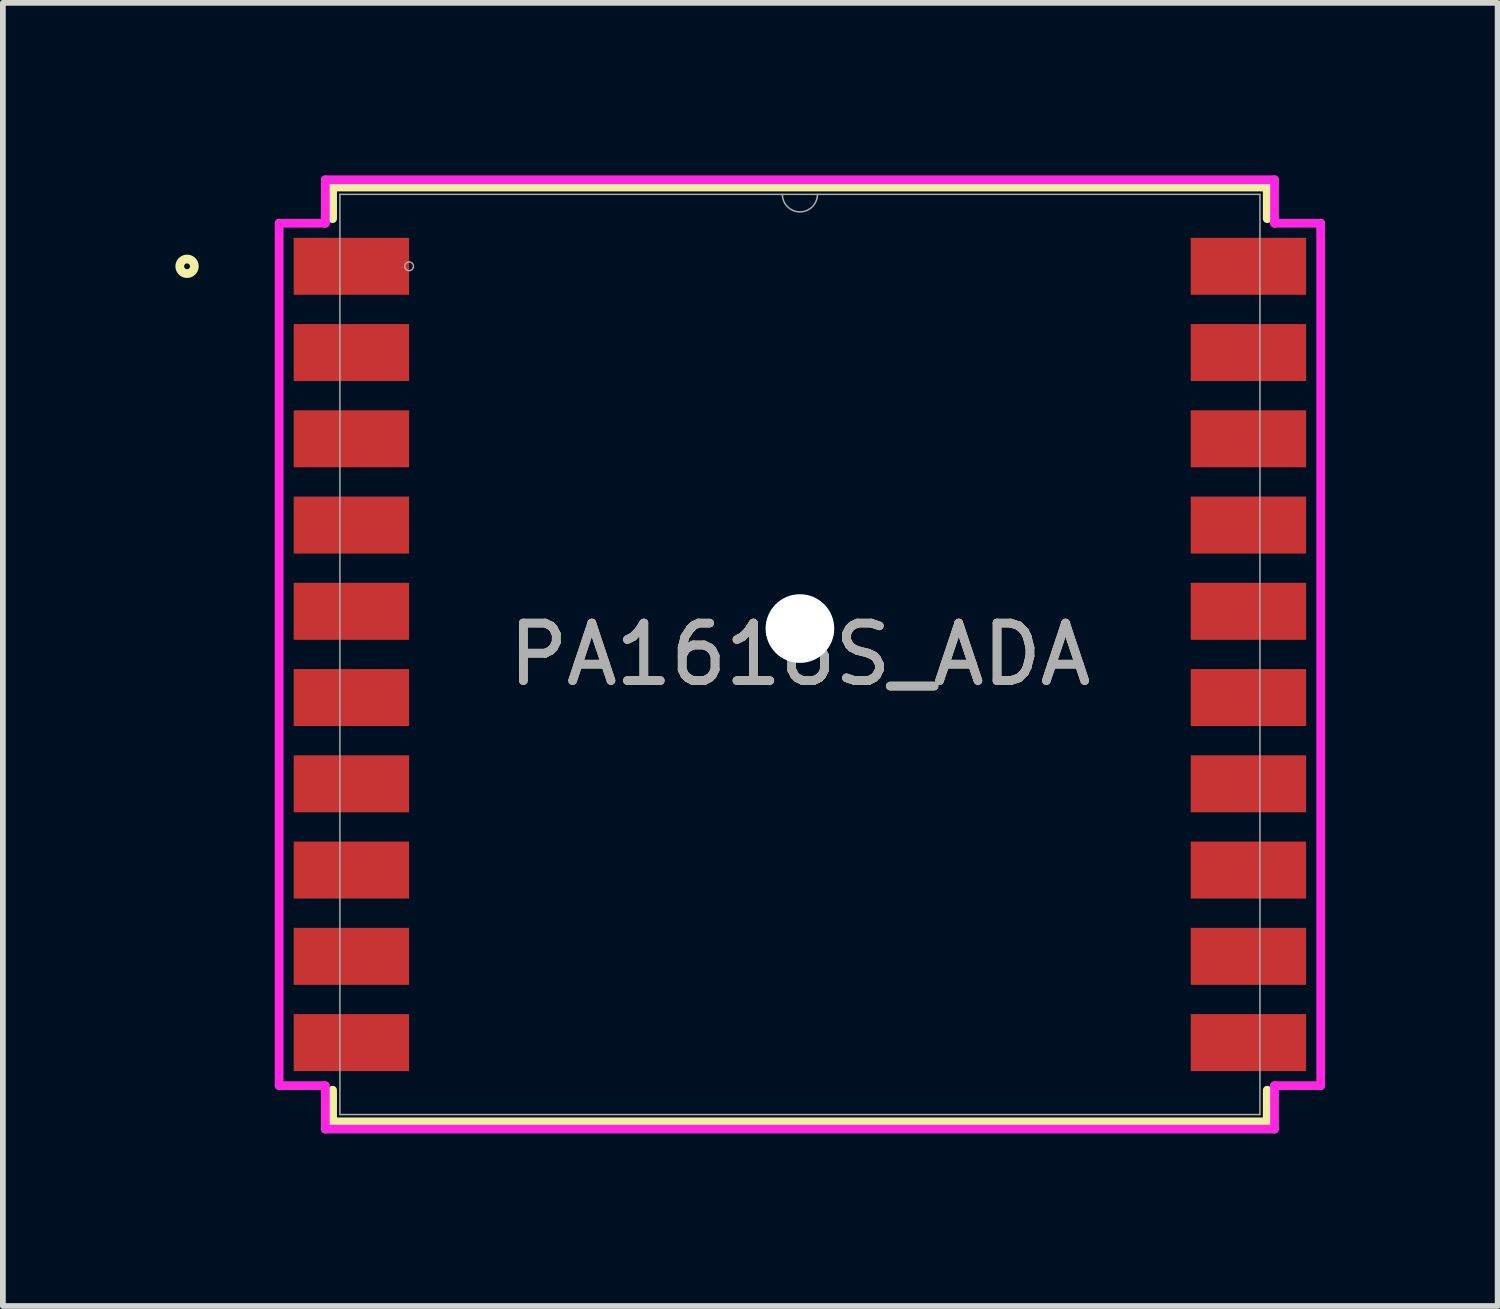
<source format=kicad_pcb>
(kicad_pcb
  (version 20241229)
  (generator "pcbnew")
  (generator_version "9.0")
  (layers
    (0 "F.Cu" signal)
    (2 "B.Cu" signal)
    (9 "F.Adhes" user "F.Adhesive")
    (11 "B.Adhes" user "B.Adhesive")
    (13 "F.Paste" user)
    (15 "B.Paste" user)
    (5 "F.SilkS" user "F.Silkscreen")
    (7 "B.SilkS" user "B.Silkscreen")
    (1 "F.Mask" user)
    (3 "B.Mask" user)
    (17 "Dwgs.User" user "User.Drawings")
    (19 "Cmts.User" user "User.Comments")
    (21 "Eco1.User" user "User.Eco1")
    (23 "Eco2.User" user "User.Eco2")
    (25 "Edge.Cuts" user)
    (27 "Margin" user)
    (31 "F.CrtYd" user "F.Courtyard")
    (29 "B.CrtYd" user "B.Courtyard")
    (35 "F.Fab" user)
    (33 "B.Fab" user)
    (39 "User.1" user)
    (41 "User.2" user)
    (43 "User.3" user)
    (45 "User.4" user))
  (footprint "PA1616S_ADA"
    (layer "F.Cu")
    (at 10.861 8.331)
    (property "Reference" "PA1616S_ADA" (at 0 0 0) (unlocked yes) (layer "F.SilkS") (effects (font (size 1 1) (thickness 0.15))))
    (attr smd)
    (fp_line (start -8.127 -8.128) (end -8.127 -7.578) (stroke (width 0.152) (type solid)) (layer "F.SilkS"))
    (fp_line (start -8.127 7.578) (end -8.127 8.128) (stroke (width 0.152) (type solid)) (layer "F.SilkS"))
    (fp_line (start -8.127 8.128) (end 8.127 8.128) (stroke (width 0.152) (type solid)) (layer "F.SilkS"))
    (fp_line (start 8.127 -8.128) (end -8.127 -8.128) (stroke (width 0.152) (type solid)) (layer "F.SilkS"))
    (fp_line (start 8.127 -7.578) (end 8.127 -8.128) (stroke (width 0.152) (type solid)) (layer "F.SilkS"))
    (fp_line (start 8.127 8.128) (end 8.127 7.578) (stroke (width 0.152) (type solid)) (layer "F.SilkS"))
    (fp_circle (center -10.658 -6.75) (end -10.531 -6.75) (stroke (width 0.152) (type solid)) (fill no) (layer "F.SilkS"))
    (fp_line (start -9.057 -7.499) (end -8.254 -7.499) (stroke (width 0.152) (type solid)) (layer "F.CrtYd"))
    (fp_line (start -9.057 7.499) (end -9.057 -7.499) (stroke (width 0.152) (type solid)) (layer "F.CrtYd"))
    (fp_line (start -9.057 7.499) (end -8.254 7.499) (stroke (width 0.152) (type solid)) (layer "F.CrtYd"))
    (fp_line (start -8.254 -8.255) (end 8.254 -8.255) (stroke (width 0.152) (type solid)) (layer "F.CrtYd"))
    (fp_line (start -8.254 -7.499) (end -8.254 -8.255) (stroke (width 0.152) (type solid)) (layer "F.CrtYd"))
    (fp_line (start -8.254 8.255) (end -8.254 7.499) (stroke (width 0.152) (type solid)) (layer "F.CrtYd"))
    (fp_line (start 8.254 -8.255) (end 8.254 -7.499) (stroke (width 0.152) (type solid)) (layer "F.CrtYd"))
    (fp_line (start 8.254 7.499) (end 8.254 8.255) (stroke (width 0.152) (type solid)) (layer "F.CrtYd"))
    (fp_line (start 8.254 8.255) (end -8.254 8.255) (stroke (width 0.152) (type solid)) (layer "F.CrtYd"))
    (fp_line (start 9.057 -7.499) (end 8.254 -7.499) (stroke (width 0.152) (type solid)) (layer "F.CrtYd"))
    (fp_line (start 9.057 -7.499) (end 9.057 7.499) (stroke (width 0.152) (type solid)) (layer "F.CrtYd"))
    (fp_line (start 9.057 7.499) (end 8.254 7.499) (stroke (width 0.152) (type solid)) (layer "F.CrtYd"))
    (fp_line (start -8 -8.001) (end -8 8.001) (stroke (width 0.025) (type solid)) (layer "F.Fab"))
    (fp_line (start -8 8.001) (end 8 8.001) (stroke (width 0.025) (type solid)) (layer "F.Fab"))
    (fp_line (start 8 -8.001) (end -8 -8.001) (stroke (width 0.025) (type solid)) (layer "F.Fab"))
    (fp_line (start 8 8.001) (end 8 -8.001) (stroke (width 0.025) (type solid)) (layer "F.Fab"))
    (fp_arc (start 0.3048 -8.001) (mid 0 -7.6962) (end -0.3048 -8.001) (stroke (width 0.0254) (type solid)) (layer "F.Fab"))
    (fp_circle (center -6.797 -6.75) (end -6.721 -6.75) (stroke (width 0.025) (type solid)) (fill no) (layer "F.Fab"))
    (fp_text user "${REFERENCE}" (at 0 0 0) (unlocked yes) (layer "F.Fab") (effects (font (size 1 1) (thickness 0.15))))
    (pad "" np_thru_hole circle (at 0 -0.45) (size 1.194 1.194) (drill 1.194) (layers "*.Cu" "*.Mask"))
    (pad "1" smd rect (at -7.8 -6.75) (size 2.007 0.991) (layers "F.Cu" "F.Mask" "F.Paste"))
    (pad "2" smd rect (at -7.8 -5.25) (size 2.007 0.991) (layers "F.Cu" "F.Mask" "F.Paste"))
    (pad "3" smd rect (at -7.8 -3.75) (size 2.007 0.991) (layers "F.Cu" "F.Mask" "F.Paste"))
    (pad "4" smd rect (at -7.8 -2.25) (size 2.007 0.991) (layers "F.Cu" "F.Mask" "F.Paste"))
    (pad "5" smd rect (at -7.8 -0.75) (size 2.007 0.991) (layers "F.Cu" "F.Mask" "F.Paste"))
    (pad "6" smd rect (at -7.8 0.75) (size 2.007 0.991) (layers "F.Cu" "F.Mask" "F.Paste"))
    (pad "7" smd rect (at -7.8 2.25) (size 2.007 0.991) (layers "F.Cu" "F.Mask" "F.Paste"))
    (pad "8" smd rect (at -7.8 3.75) (size 2.007 0.991) (layers "F.Cu" "F.Mask" "F.Paste"))
    (pad "9" smd rect (at -7.8 5.25) (size 2.007 0.991) (layers "F.Cu" "F.Mask" "F.Paste"))
    (pad "10" smd rect (at -7.8 6.75) (size 2.007 0.991) (layers "F.Cu" "F.Mask" "F.Paste"))
    (pad "11" smd rect (at 7.8 6.75) (size 2.007 0.991) (layers "F.Cu" "F.Mask" "F.Paste"))
    (pad "12" smd rect (at 7.8 5.25) (size 2.007 0.991) (layers "F.Cu" "F.Mask" "F.Paste"))
    (pad "13" smd rect (at 7.8 3.75) (size 2.007 0.991) (layers "F.Cu" "F.Mask" "F.Paste"))
    (pad "14" smd rect (at 7.8 2.25) (size 2.007 0.991) (layers "F.Cu" "F.Mask" "F.Paste"))
    (pad "15" smd rect (at 7.8 0.75) (size 2.007 0.991) (layers "F.Cu" "F.Mask" "F.Paste"))
    (pad "16" smd rect (at 7.8 -0.75) (size 2.007 0.991) (layers "F.Cu" "F.Mask" "F.Paste"))
    (pad "17" smd rect (at 7.8 -2.25) (size 2.007 0.991) (layers "F.Cu" "F.Mask" "F.Paste"))
    (pad "18" smd rect (at 7.8 -3.75) (size 2.007 0.991) (layers "F.Cu" "F.Mask" "F.Paste"))
    (pad "19" smd rect (at 7.8 -5.25) (size 2.007 0.991) (layers "F.Cu" "F.Mask" "F.Paste"))
    (pad "20" smd rect (at 7.8 -6.75) (size 2.007 0.991) (layers "F.Cu" "F.Mask" "F.Paste")))
  (gr_rect
    (start -3 -3)
    (end 22.995 19.662)
    (stroke (width 0.1) (type default))
    (fill no)
    (layer "Edge.Cuts")))
</source>
